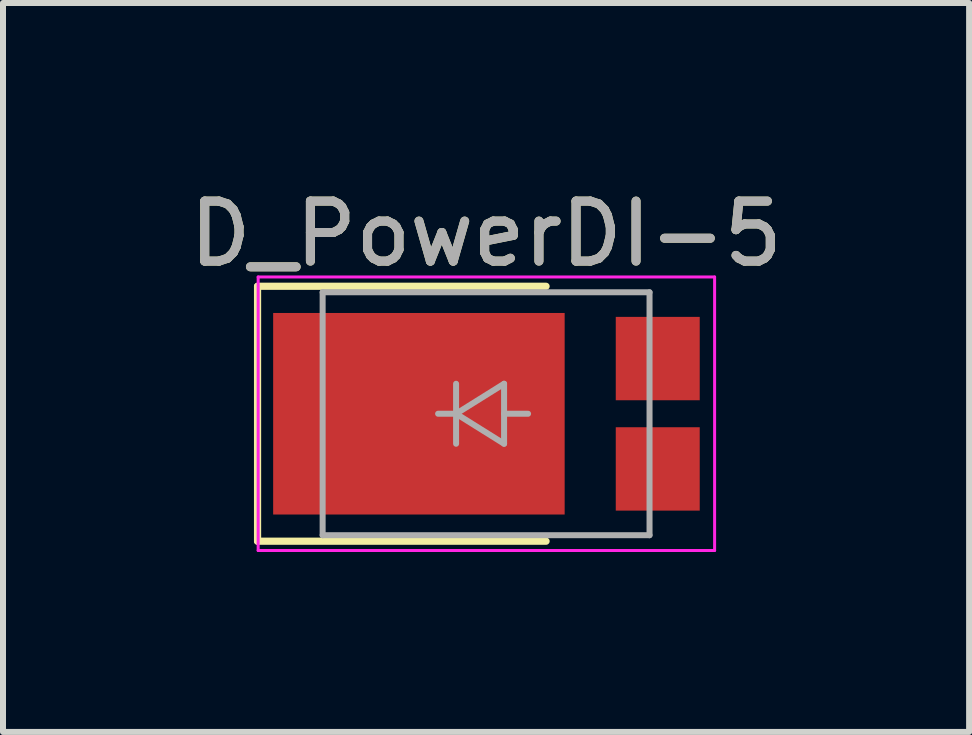
<source format=kicad_pcb>
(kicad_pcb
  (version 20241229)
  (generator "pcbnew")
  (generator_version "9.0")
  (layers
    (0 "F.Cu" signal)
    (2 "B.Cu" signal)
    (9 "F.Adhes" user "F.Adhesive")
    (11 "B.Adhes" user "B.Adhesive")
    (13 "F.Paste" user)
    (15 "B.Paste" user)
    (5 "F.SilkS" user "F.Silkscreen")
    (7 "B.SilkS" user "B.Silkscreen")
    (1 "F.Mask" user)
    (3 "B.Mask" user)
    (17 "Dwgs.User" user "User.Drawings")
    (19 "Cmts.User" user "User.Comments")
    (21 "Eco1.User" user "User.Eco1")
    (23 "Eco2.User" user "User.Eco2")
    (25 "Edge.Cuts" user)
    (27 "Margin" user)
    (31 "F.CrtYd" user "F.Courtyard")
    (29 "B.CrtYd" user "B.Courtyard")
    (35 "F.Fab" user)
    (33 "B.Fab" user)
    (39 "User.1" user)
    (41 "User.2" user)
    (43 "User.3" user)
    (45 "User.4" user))
  (footprint "D_PowerDI-5"
    (layer "F.Cu")
    (at 5.054 3.848)
    (property "Reference" "D_PowerDI-5" (at 0 -3 0) (layer "F.SilkS") (effects (font (size 1 1) (thickness 0.15))))
    (attr smd)
    (fp_line (start -3.81 2.125) (end -3.81 -2.125) (stroke (width 0.12) (type solid)) (layer "F.SilkS"))
    (fp_line (start -3.81 2.125) (end 1 2.125) (stroke (width 0.12) (type solid)) (layer "F.SilkS"))
    (fp_line (start 1 -2.125) (end -3.81 -2.125) (stroke (width 0.12) (type solid)) (layer "F.SilkS"))
    (fp_rect (start -3.45 -0.1) (end -1.25 -1.55) (stroke (width 0.1) (type solid)) (fill yes) (layer "F.Paste"))
    (fp_rect (start -3.45 0.125) (end -1.25 1.575) (stroke (width 0.1) (type solid)) (fill yes) (layer "F.Paste"))
    (fp_rect (start -1 -0.1) (end 1.2 -1.55) (stroke (width 0.1) (type solid)) (fill yes) (layer "F.Paste"))
    (fp_rect (start -1 0.125) (end 1.2 1.575) (stroke (width 0.1) (type solid)) (fill yes) (layer "F.Paste"))
    (fp_line (start -3.8 -2.28) (end 3.81 -2.28) (stroke (width 0.05) (type solid)) (layer "F.CrtYd"))
    (fp_line (start -3.8 2.28) (end -3.8 -2.28) (stroke (width 0.05) (type solid)) (layer "F.CrtYd"))
    (fp_line (start 3.81 -2.28) (end 3.81 2.28) (stroke (width 0.05) (type solid)) (layer "F.CrtYd"))
    (fp_line (start 3.81 2.28) (end -3.8 2.28) (stroke (width 0.05) (type solid)) (layer "F.CrtYd"))
    (fp_line (start -2.725 -2.025) (end 2.725 -2.025) (stroke (width 0.1) (type solid)) (layer "F.Fab"))
    (fp_line (start -2.725 2.025) (end -2.725 -2.025) (stroke (width 0.1) (type solid)) (layer "F.Fab"))
    (fp_line (start -0.8 0) (end -0.5 0) (stroke (width 0.1) (type solid)) (layer "F.Fab"))
    (fp_line (start -0.5 0) (end -0.5 -0.5) (stroke (width 0.1) (type solid)) (layer "F.Fab"))
    (fp_line (start -0.5 0) (end -0.5 0.5) (stroke (width 0.1) (type solid)) (layer "F.Fab"))
    (fp_line (start -0.5 0) (end 0.3 0.5) (stroke (width 0.1) (type solid)) (layer "F.Fab"))
    (fp_line (start 0.3 -0.5) (end -0.5 0) (stroke (width 0.1) (type solid)) (layer "F.Fab"))
    (fp_line (start 0.3 0) (end 0.7 0) (stroke (width 0.1) (type solid)) (layer "F.Fab"))
    (fp_line (start 0.3 0.5) (end 0.3 -0.5) (stroke (width 0.1) (type solid)) (layer "F.Fab"))
    (fp_line (start 2.725 -2.025) (end 2.725 2.025) (stroke (width 0.1) (type solid)) (layer "F.Fab"))
    (fp_line (start 2.725 2.025) (end -2.725 2.025) (stroke (width 0.1) (type solid)) (layer "F.Fab"))
    (fp_text user "${REFERENCE}" (at 0 -3 0) (layer "F.Fab") (effects (font (size 1 1) (thickness 0.15))))
    (pad "1" smd rect (at -1.12 0 180) (size 4.86 3.36) (layers "F.Cu" "F.Mask" "F.Paste"))
    (pad "2" smd rect (at 2.862 -0.92 180) (size 1.4 1.39) (layers "F.Cu" "F.Mask" "F.Paste"))
    (pad "2" smd rect (at 2.862 0.92 180) (size 1.4 1.39) (layers "F.Cu" "F.Mask" "F.Paste")))
  (gr_rect
    (start -3 -3)
    (end 13.107 9.153)
    (stroke (width 0.1) (type default))
    (fill no)
    (layer "Edge.Cuts")))
</source>
